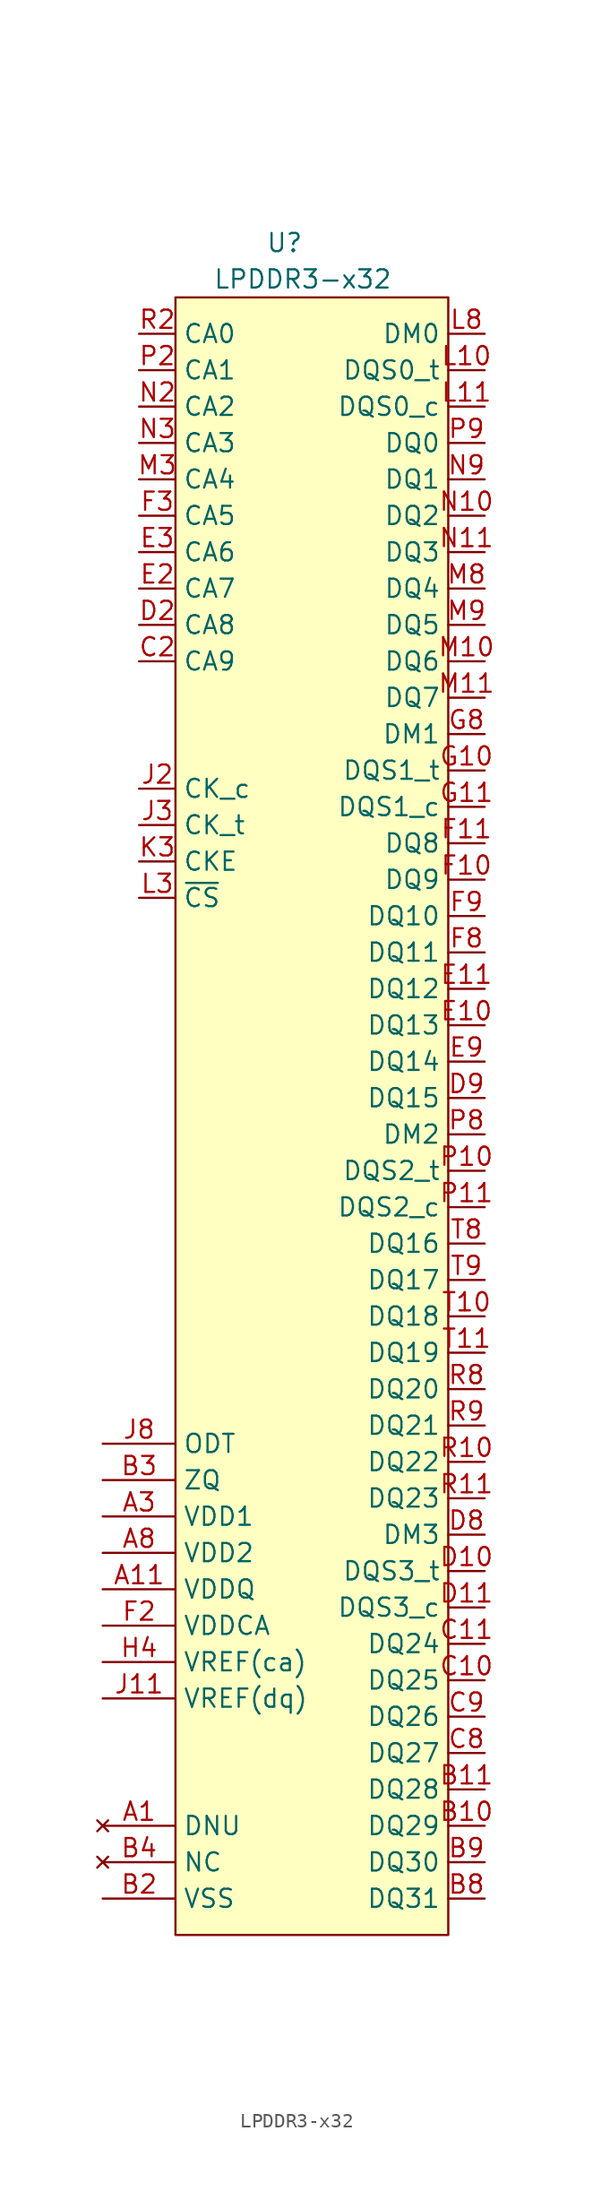
<source format=kicad_sym>
(kicad_symbol_lib
  (version 20201005)
  (generator kicad_symbol_editor)
  (symbol "winbond:LPDDR3-x32"
    (property "Reference" "U"
      (at -2.54 3.81 0)
      (effects (font (size 1.27 1.27))))
    (property "Value" "LPDDR3-x32"
      (at -1.27 1.27 0)
      (effects (font (size 1.27 1.27))))
    (symbol "LPDDR3-x32_0_0"
      (pin passive line (at 11.43 -106.68 180) (length 2.54) (name "DQ29" (effects (font (size 1.27 1.27)))) (number "B10" (effects (font (size 1.27 1.27)))))
      (pin passive line (at 11.43 -104.14 180) (length 2.54) (name "DQ28" (effects (font (size 1.27 1.27)))) (number "B11" (effects (font (size 1.27 1.27)))))
      (pin passive line (at -15.24 -82.55 0) (length 5.08) (name "ZQ" (effects (font (size 1.27 1.27)))) (number "B3" (effects (font (size 1.27 1.27)))))
      (pin passive line (at 11.43 -111.76 180) (length 2.54) (name "DQ31" (effects (font (size 1.27 1.27)))) (number "B8" (effects (font (size 1.27 1.27)))))
      (pin passive line (at 11.43 -109.22 180) (length 2.54) (name "DQ30" (effects (font (size 1.27 1.27)))) (number "B9" (effects (font (size 1.27 1.27)))))
      (pin passive line (at 11.43 -96.52 180) (length 2.54) (name "DQ25" (effects (font (size 1.27 1.27)))) (number "C10" (effects (font (size 1.27 1.27)))))
      (pin passive line (at 11.43 -93.98 180) (length 2.54) (name "DQ24" (effects (font (size 1.27 1.27)))) (number "C11" (effects (font (size 1.27 1.27)))))
      (pin passive line (at -12.7 -25.4 0) (length 2.54) (name "CA9" (effects (font (size 1.27 1.27)))) (number "C2" (effects (font (size 1.27 1.27)))))
      (pin passive line (at 11.43 -101.6 180) (length 2.54) (name "DQ27" (effects (font (size 1.27 1.27)))) (number "C8" (effects (font (size 1.27 1.27)))))
      (pin passive line (at 11.43 -99.06 180) (length 2.54) (name "DQ26" (effects (font (size 1.27 1.27)))) (number "C9" (effects (font (size 1.27 1.27)))))
      (pin passive line (at 11.43 -88.9 180) (length 2.54) (name "DQS3_t" (effects (font (size 1.27 1.27)))) (number "D10" (effects (font (size 1.27 1.27)))))
      (pin passive line (at 11.43 -91.44 180) (length 2.54) (name "DQS3_c" (effects (font (size 1.27 1.27)))) (number "D11" (effects (font (size 1.27 1.27)))))
      (pin passive line (at -12.7 -22.86 0) (length 2.54) (name "CA8" (effects (font (size 1.27 1.27)))) (number "D2" (effects (font (size 1.27 1.27)))))
      (pin passive line (at 11.43 -86.36 180) (length 2.54) (name "DM3" (effects (font (size 1.27 1.27)))) (number "D8" (effects (font (size 1.27 1.27)))))
      (pin passive line (at 11.43 -55.88 180) (length 2.54) (name "DQ15" (effects (font (size 1.27 1.27)))) (number "D9" (effects (font (size 1.27 1.27)))))
      (pin passive line (at 11.43 -50.8 180) (length 2.54) (name "DQ13" (effects (font (size 1.27 1.27)))) (number "E10" (effects (font (size 1.27 1.27)))))
      (pin passive line (at 11.43 -48.26 180) (length 2.54) (name "DQ12" (effects (font (size 1.27 1.27)))) (number "E11" (effects (font (size 1.27 1.27)))))
      (pin passive line (at -12.7 -20.32 0) (length 2.54) (name "CA7" (effects (font (size 1.27 1.27)))) (number "E2" (effects (font (size 1.27 1.27)))))
      (pin passive line (at -12.7 -17.78 0) (length 2.54) (name "CA6" (effects (font (size 1.27 1.27)))) (number "E3" (effects (font (size 1.27 1.27)))))
      (pin passive line (at 11.43 -53.34 180) (length 2.54) (name "DQ14" (effects (font (size 1.27 1.27)))) (number "E9" (effects (font (size 1.27 1.27)))))
      (pin passive line (at 11.43 -40.64 180) (length 2.54) (name "DQ9" (effects (font (size 1.27 1.27)))) (number "F10" (effects (font (size 1.27 1.27)))))
      (pin passive line (at 11.43 -38.1 180) (length 2.54) (name "DQ8" (effects (font (size 1.27 1.27)))) (number "F11" (effects (font (size 1.27 1.27)))))
      (pin passive line (at -12.7 -15.24 0) (length 2.54) (name "CA5" (effects (font (size 1.27 1.27)))) (number "F3" (effects (font (size 1.27 1.27)))))
      (pin passive line (at 11.43 -45.72 180) (length 2.54) (name "DQ11" (effects (font (size 1.27 1.27)))) (number "F8" (effects (font (size 1.27 1.27)))))
      (pin passive line (at 11.43 -43.18 180) (length 2.54) (name "DQ10" (effects (font (size 1.27 1.27)))) (number "F9" (effects (font (size 1.27 1.27)))))
      (pin passive line (at 11.43 -33.02 180) (length 2.54) (name "DQS1_t" (effects (font (size 1.27 1.27)))) (number "G10" (effects (font (size 1.27 1.27)))))
      (pin passive line (at 11.43 -35.56 180) (length 2.54) (name "DQS1_c" (effects (font (size 1.27 1.27)))) (number "G11" (effects (font (size 1.27 1.27)))))
      (pin passive line (at 11.43 -30.48 180) (length 2.54) (name "DM1" (effects (font (size 1.27 1.27)))) (number "G8" (effects (font (size 1.27 1.27)))))
      (pin passive line (at -12.7 -34.29 0) (length 2.54) (name "CK_c" (effects (font (size 1.27 1.27)))) (number "J2" (effects (font (size 1.27 1.27)))))
      (pin passive line (at -12.7 -36.83 0) (length 2.54) (name "CK_t" (effects (font (size 1.27 1.27)))) (number "J3" (effects (font (size 1.27 1.27)))))
      (pin passive line (at -15.24 -80.01 0) (length 5.08) (name "ODT" (effects (font (size 1.27 1.27)))) (number "J8" (effects (font (size 1.27 1.27)))))
      (pin passive line (at -12.7 -39.37 0) (length 2.54) (name "CKE" (effects (font (size 1.27 1.27)))) (number "K3" (effects (font (size 1.27 1.27)))))
      (pin passive line (at 11.43 -5.08 180) (length 2.54) (name "DQS0_t" (effects (font (size 1.27 1.27)))) (number "L10" (effects (font (size 1.27 1.27)))))
      (pin passive line (at 11.43 -7.62 180) (length 2.54) (name "DQS0_c" (effects (font (size 1.27 1.27)))) (number "L11" (effects (font (size 1.27 1.27)))))
      (pin passive line (at -12.7 -41.91 0) (length 2.54) (name "~CS" (effects (font (size 1.27 1.27)))) (number "L3" (effects (font (size 1.27 1.27)))))
      (pin passive line (at 11.43 -2.54 180) (length 2.54) (name "DM0" (effects (font (size 1.27 1.27)))) (number "L8" (effects (font (size 1.27 1.27)))))
      (pin passive line (at 11.43 -25.4 180) (length 2.54) (name "DQ6" (effects (font (size 1.27 1.27)))) (number "M10" (effects (font (size 1.27 1.27)))))
      (pin passive line (at 11.43 -27.94 180) (length 2.54) (name "DQ7" (effects (font (size 1.27 1.27)))) (number "M11" (effects (font (size 1.27 1.27)))))
      (pin passive line (at -12.7 -12.7 0) (length 2.54) (name "CA4" (effects (font (size 1.27 1.27)))) (number "M3" (effects (font (size 1.27 1.27)))))
      (pin passive line (at 11.43 -20.32 180) (length 2.54) (name "DQ4" (effects (font (size 1.27 1.27)))) (number "M8" (effects (font (size 1.27 1.27)))))
      (pin passive line (at 11.43 -22.86 180) (length 2.54) (name "DQ5" (effects (font (size 1.27 1.27)))) (number "M9" (effects (font (size 1.27 1.27)))))
      (pin passive line (at 11.43 -15.24 180) (length 2.54) (name "DQ2" (effects (font (size 1.27 1.27)))) (number "N10" (effects (font (size 1.27 1.27)))))
      (pin passive line (at 11.43 -17.78 180) (length 2.54) (name "DQ3" (effects (font (size 1.27 1.27)))) (number "N11" (effects (font (size 1.27 1.27)))))
      (pin passive line (at -12.7 -7.62 0) (length 2.54) (name "CA2" (effects (font (size 1.27 1.27)))) (number "N2" (effects (font (size 1.27 1.27)))))
      (pin passive line (at -12.7 -10.16 0) (length 2.54) (name "CA3" (effects (font (size 1.27 1.27)))) (number "N3" (effects (font (size 1.27 1.27)))))
      (pin passive line (at 11.43 -12.7 180) (length 2.54) (name "DQ1" (effects (font (size 1.27 1.27)))) (number "N9" (effects (font (size 1.27 1.27)))))
      (pin passive line (at 11.43 -60.96 180) (length 2.54) (name "DQS2_t" (effects (font (size 1.27 1.27)))) (number "P10" (effects (font (size 1.27 1.27)))))
      (pin passive line (at 11.43 -63.5 180) (length 2.54) (name "DQS2_c" (effects (font (size 1.27 1.27)))) (number "P11" (effects (font (size 1.27 1.27)))))
      (pin passive line (at -12.7 -5.08 0) (length 2.54) (name "CA1" (effects (font (size 1.27 1.27)))) (number "P2" (effects (font (size 1.27 1.27)))))
      (pin passive line (at 11.43 -58.42 180) (length 2.54) (name "DM2" (effects (font (size 1.27 1.27)))) (number "P8" (effects (font (size 1.27 1.27)))))
      (pin passive line (at 11.43 -10.16 180) (length 2.54) (name "DQ0" (effects (font (size 1.27 1.27)))) (number "P9" (effects (font (size 1.27 1.27)))))
      (pin passive line (at 11.43 -81.28 180) (length 2.54) (name "DQ22" (effects (font (size 1.27 1.27)))) (number "R10" (effects (font (size 1.27 1.27)))))
      (pin passive line (at 11.43 -83.82 180) (length 2.54) (name "DQ23" (effects (font (size 1.27 1.27)))) (number "R11" (effects (font (size 1.27 1.27)))))
      (pin passive line (at -12.7 -2.54 0) (length 2.54) (name "CA0" (effects (font (size 1.27 1.27)))) (number "R2" (effects (font (size 1.27 1.27)))))
      (pin passive line (at 11.43 -76.2 180) (length 2.54) (name "DQ20" (effects (font (size 1.27 1.27)))) (number "R8" (effects (font (size 1.27 1.27)))))
      (pin passive line (at 11.43 -78.74 180) (length 2.54) (name "DQ21" (effects (font (size 1.27 1.27)))) (number "R9" (effects (font (size 1.27 1.27)))))
      (pin passive line (at 11.43 -71.12 180) (length 2.54) (name "DQ18" (effects (font (size 1.27 1.27)))) (number "T10" (effects (font (size 1.27 1.27)))))
      (pin passive line (at 11.43 -73.66 180) (length 2.54) (name "DQ19" (effects (font (size 1.27 1.27)))) (number "T11" (effects (font (size 1.27 1.27)))))
      (pin passive line (at 11.43 -66.04 180) (length 2.54) (name "DQ16" (effects (font (size 1.27 1.27)))) (number "T8" (effects (font (size 1.27 1.27)))))
      (pin passive line (at 11.43 -68.58 180) (length 2.54) (name "DQ17" (effects (font (size 1.27 1.27)))) (number "T9" (effects (font (size 1.27 1.27))))))
    (symbol "LPDDR3-x32_0_1"
      (rectangle (start -10.16 0) (end 8.89 -114.3) (stroke (width 0.152)) (fill (type background))))
    (symbol "LPDDR3-x32_1_1"
      (pin no_connect line (at -15.24 -106.68 0) (length 5.08) (name "DNU" (effects (font (size 1.27 1.27)))) (number "A1" (effects (font (size 1.27 1.27)))))
      (pin power_in line (at -15.24 -85.09 0) (length 5.08) hide (name "VDD1" (effects (font (size 1.27 1.27)))) (number "A10" (effects (font (size 1.27 1.27)))))
      (pin power_in line (at -15.24 -90.17 0) (length 5.08) (name "VDDQ" (effects (font (size 1.27 1.27)))) (number "A11" (effects (font (size 1.27 1.27)))))
      (pin no_connect line (at -15.24 -106.68 0) (length 5.08) hide (name "DNU" (effects (font (size 1.27 1.27)))) (number "A12" (effects (font (size 1.27 1.27)))))
      (pin no_connect line (at -15.24 -106.68 0) (length 5.08) hide (name "DNU" (effects (font (size 1.27 1.27)))) (number "A13" (effects (font (size 1.27 1.27)))))
      (pin no_connect line (at -15.24 -106.68 0) (length 5.08) hide (name "DNU" (effects (font (size 1.27 1.27)))) (number "A2" (effects (font (size 1.27 1.27)))))
      (pin power_in line (at -15.24 -85.09 0) (length 5.08) (name "VDD1" (effects (font (size 1.27 1.27)))) (number "A3" (effects (font (size 1.27 1.27)))))
      (pin power_in line (at -15.24 -85.09 0) (length 5.08) hide (name "VDD1" (effects (font (size 1.27 1.27)))) (number "A4" (effects (font (size 1.27 1.27)))))
      (pin power_in line (at -15.24 -85.09 0) (length 5.08) hide (name "VDD1" (effects (font (size 1.27 1.27)))) (number "A5" (effects (font (size 1.27 1.27)))))
      (pin power_in line (at -15.24 -85.09 0) (length 5.08) hide (name "VDD1" (effects (font (size 1.27 1.27)))) (number "A6" (effects (font (size 1.27 1.27)))))
      (pin power_in line (at -15.24 -87.63 0) (length 5.08) (name "VDD2" (effects (font (size 1.27 1.27)))) (number "A8" (effects (font (size 1.27 1.27)))))
      (pin power_in line (at -15.24 -87.63 0) (length 5.08) hide (name "VDD2" (effects (font (size 1.27 1.27)))) (number "A9" (effects (font (size 1.27 1.27)))))
      (pin no_connect line (at -15.24 -106.68 0) (length 5.08) hide (name "DNU" (effects (font (size 1.27 1.27)))) (number "B1" (effects (font (size 1.27 1.27)))))
      (pin power_in line (at -15.24 -111.76 0) (length 5.08) hide (name "VSS" (effects (font (size 1.27 1.27)))) (number "B12" (effects (font (size 1.27 1.27)))))
      (pin no_connect line (at -15.24 -106.68 0) (length 5.08) hide (name "DNU" (effects (font (size 1.27 1.27)))) (number "B13" (effects (font (size 1.27 1.27)))))
      (pin power_in line (at -15.24 -111.76 0) (length 5.08) (name "VSS" (effects (font (size 1.27 1.27)))) (number "B2" (effects (font (size 1.27 1.27)))))
      (pin no_connect line (at -15.24 -109.22 0) (length 5.08) (name "NC" (effects (font (size 1.27 1.27)))) (number "B4" (effects (font (size 1.27 1.27)))))
      (pin power_in line (at -15.24 -111.76 0) (length 5.08) hide (name "VSS" (effects (font (size 1.27 1.27)))) (number "B5" (effects (font (size 1.27 1.27)))))
      (pin power_in line (at -15.24 -111.76 0) (length 5.08) hide (name "VSS" (effects (font (size 1.27 1.27)))) (number "B6" (effects (font (size 1.27 1.27)))))
      (pin power_in line (at -15.24 -90.17 0) (length 5.08) hide (name "VDDQ" (effects (font (size 1.27 1.27)))) (number "C12" (effects (font (size 1.27 1.27)))))
      (pin power_in line (at -15.24 -111.76 0) (length 5.08) hide (name "VSS" (effects (font (size 1.27 1.27)))) (number "C3" (effects (font (size 1.27 1.27)))))
      (pin no_connect line (at -15.24 -109.22 0) (length 5.08) hide (name "NC" (effects (font (size 1.27 1.27)))) (number "C4" (effects (font (size 1.27 1.27)))))
      (pin power_in line (at -15.24 -111.76 0) (length 5.08) hide (name "VSS" (effects (font (size 1.27 1.27)))) (number "C5" (effects (font (size 1.27 1.27)))))
      (pin power_in line (at -15.24 -111.76 0) (length 5.08) hide (name "VSS" (effects (font (size 1.27 1.27)))) (number "C6" (effects (font (size 1.27 1.27)))))
      (pin power_in line (at -15.24 -111.76 0) (length 5.08) hide (name "VSS" (effects (font (size 1.27 1.27)))) (number "D12" (effects (font (size 1.27 1.27)))))
      (pin power_in line (at -15.24 -111.76 0) (length 5.08) hide (name "VSS" (effects (font (size 1.27 1.27)))) (number "D3" (effects (font (size 1.27 1.27)))))
      (pin power_in line (at -15.24 -87.63 0) (length 5.08) hide (name "VDD2" (effects (font (size 1.27 1.27)))) (number "D4" (effects (font (size 1.27 1.27)))))
      (pin power_in line (at -15.24 -87.63 0) (length 5.08) hide (name "VDD2" (effects (font (size 1.27 1.27)))) (number "D5" (effects (font (size 1.27 1.27)))))
      (pin power_in line (at -15.24 -87.63 0) (length 5.08) hide (name "VDD2" (effects (font (size 1.27 1.27)))) (number "D6" (effects (font (size 1.27 1.27)))))
      (pin power_in line (at -15.24 -90.17 0) (length 5.08) hide (name "VDDQ" (effects (font (size 1.27 1.27)))) (number "E12" (effects (font (size 1.27 1.27)))))
      (pin power_in line (at -15.24 -111.76 0) (length 5.08) hide (name "VSS" (effects (font (size 1.27 1.27)))) (number "E4" (effects (font (size 1.27 1.27)))))
      (pin power_in line (at -15.24 -111.76 0) (length 5.08) hide (name "VSS" (effects (font (size 1.27 1.27)))) (number "E5" (effects (font (size 1.27 1.27)))))
      (pin power_in line (at -15.24 -111.76 0) (length 5.08) hide (name "VSS" (effects (font (size 1.27 1.27)))) (number "E6" (effects (font (size 1.27 1.27)))))
      (pin power_in line (at -15.24 -90.17 0) (length 5.08) hide (name "VDDQ" (effects (font (size 1.27 1.27)))) (number "E8" (effects (font (size 1.27 1.27)))))
      (pin power_in line (at -15.24 -111.76 0) (length 5.08) hide (name "VSS" (effects (font (size 1.27 1.27)))) (number "F12" (effects (font (size 1.27 1.27)))))
      (pin power_in line (at -15.24 -92.71 0) (length 5.08) (name "VDDCA" (effects (font (size 1.27 1.27)))) (number "F2" (effects (font (size 1.27 1.27)))))
      (pin power_in line (at -15.24 -111.76 0) (length 5.08) hide (name "VSS" (effects (font (size 1.27 1.27)))) (number "F4" (effects (font (size 1.27 1.27)))))
      (pin power_in line (at -15.24 -111.76 0) (length 5.08) hide (name "VSS" (effects (font (size 1.27 1.27)))) (number "F5" (effects (font (size 1.27 1.27)))))
      (pin power_in line (at -15.24 -111.76 0) (length 5.08) hide (name "VSS" (effects (font (size 1.27 1.27)))) (number "F6" (effects (font (size 1.27 1.27)))))
      (pin power_in line (at -15.24 -90.17 0) (length 5.08) hide (name "VDDQ" (effects (font (size 1.27 1.27)))) (number "G12" (effects (font (size 1.27 1.27)))))
      (pin power_in line (at -15.24 -92.71 0) (length 5.08) hide (name "VDDCA" (effects (font (size 1.27 1.27)))) (number "G2" (effects (font (size 1.27 1.27)))))
      (pin power_in line (at -15.24 -111.76 0) (length 5.08) hide (name "VSS" (effects (font (size 1.27 1.27)))) (number "G3" (effects (font (size 1.27 1.27)))))
      (pin power_in line (at -15.24 -111.76 0) (length 5.08) hide (name "VSS" (effects (font (size 1.27 1.27)))) (number "G4" (effects (font (size 1.27 1.27)))))
      (pin power_in line (at -15.24 -87.63 0) (length 5.08) hide (name "VDD2" (effects (font (size 1.27 1.27)))) (number "G5" (effects (font (size 1.27 1.27)))))
      (pin power_in line (at -15.24 -111.76 0) (length 5.08) hide (name "VSS" (effects (font (size 1.27 1.27)))) (number "G6" (effects (font (size 1.27 1.27)))))
      (pin power_in line (at -15.24 -111.76 0) (length 5.08) hide (name "VSS" (effects (font (size 1.27 1.27)))) (number "G9" (effects (font (size 1.27 1.27)))))
      (pin power_in line (at -15.24 -111.76 0) (length 5.08) hide (name "VSS" (effects (font (size 1.27 1.27)))) (number "H10" (effects (font (size 1.27 1.27)))))
      (pin power_in line (at -15.24 -90.17 0) (length 5.08) hide (name "VDDQ" (effects (font (size 1.27 1.27)))) (number "H11" (effects (font (size 1.27 1.27)))))
      (pin power_in line (at -15.24 -87.63 0) (length 5.08) hide (name "VDD2" (effects (font (size 1.27 1.27)))) (number "H12" (effects (font (size 1.27 1.27)))))
      (pin power_in line (at -15.24 -111.76 0) (length 5.08) hide (name "VSS" (effects (font (size 1.27 1.27)))) (number "H2" (effects (font (size 1.27 1.27)))))
      (pin power_in line (at -15.24 -92.71 0) (length 5.08) hide (name "VDDCA" (effects (font (size 1.27 1.27)))) (number "H3" (effects (font (size 1.27 1.27)))))
      (pin power_in line (at -15.24 -95.25 0) (length 5.08) (name "VREF(ca)" (effects (font (size 1.27 1.27)))) (number "H4" (effects (font (size 1.27 1.27)))))
      (pin power_in line (at -15.24 -87.63 0) (length 5.08) hide (name "VDD2" (effects (font (size 1.27 1.27)))) (number "H5" (effects (font (size 1.27 1.27)))))
      (pin power_in line (at -15.24 -87.63 0) (length 5.08) hide (name "VDD2" (effects (font (size 1.27 1.27)))) (number "H6" (effects (font (size 1.27 1.27)))))
      (pin power_in line (at -15.24 -90.17 0) (length 5.08) hide (name "VDDQ" (effects (font (size 1.27 1.27)))) (number "H8" (effects (font (size 1.27 1.27)))))
      (pin power_in line (at -15.24 -90.17 0) (length 5.08) hide (name "VDDQ" (effects (font (size 1.27 1.27)))) (number "H9" (effects (font (size 1.27 1.27)))))
      (pin power_in line (at -15.24 -90.17 0) (length 5.08) hide (name "VDDQ" (effects (font (size 1.27 1.27)))) (number "J10" (effects (font (size 1.27 1.27)))))
      (pin power_in line (at -15.24 -97.79 0) (length 5.08) (name "VREF(dq)" (effects (font (size 1.27 1.27)))) (number "J11" (effects (font (size 1.27 1.27)))))
      (pin power_in line (at -15.24 -111.76 0) (length 5.08) hide (name "VSS" (effects (font (size 1.27 1.27)))) (number "J12" (effects (font (size 1.27 1.27)))))
      (pin power_in line (at -15.24 -111.76 0) (length 5.08) hide (name "VSS" (effects (font (size 1.27 1.27)))) (number "J3" (effects (font (size 1.27 1.27)))))
      (pin power_in line (at -15.24 -87.63 0) (length 5.08) hide (name "VDD2" (effects (font (size 1.27 1.27)))) (number "J5" (effects (font (size 1.27 1.27)))))
      (pin power_in line (at -15.24 -87.63 0) (length 5.08) hide (name "VDD2" (effects (font (size 1.27 1.27)))) (number "J6" (effects (font (size 1.27 1.27)))))
      (pin power_in line (at -15.24 -90.17 0) (length 5.08) hide (name "VDDQ" (effects (font (size 1.27 1.27)))) (number "J9" (effects (font (size 1.27 1.27)))))
      (pin power_in line (at -15.24 -111.76 0) (length 5.08) hide (name "VSS" (effects (font (size 1.27 1.27)))) (number "K10" (effects (font (size 1.27 1.27)))))
      (pin power_in line (at -15.24 -90.17 0) (length 5.08) hide (name "VDDQ" (effects (font (size 1.27 1.27)))) (number "K11" (effects (font (size 1.27 1.27)))))
      (pin power_in line (at -15.24 -87.63 0) (length 5.08) hide (name "VDD2" (effects (font (size 1.27 1.27)))) (number "K12" (effects (font (size 1.27 1.27)))))
      (pin power_in line (at -15.24 -111.76 0) (length 5.08) hide (name "VSS" (effects (font (size 1.27 1.27)))) (number "K2" (effects (font (size 1.27 1.27)))))
      (pin no_connect line (at -15.24 -109.22 0) (length 5.08) hide (name "NC" (effects (font (size 1.27 1.27)))) (number "K4" (effects (font (size 1.27 1.27)))))
      (pin power_in line (at -15.24 -87.63 0) (length 5.08) hide (name "VDD2" (effects (font (size 1.27 1.27)))) (number "K5" (effects (font (size 1.27 1.27)))))
      (pin power_in line (at -15.24 -87.63 0) (length 5.08) hide (name "VDD2" (effects (font (size 1.27 1.27)))) (number "K6" (effects (font (size 1.27 1.27)))))
      (pin power_in line (at -15.24 -90.17 0) (length 5.08) hide (name "VDDQ" (effects (font (size 1.27 1.27)))) (number "K8" (effects (font (size 1.27 1.27)))))
      (pin no_connect line (at -15.24 -109.22 0) (length 5.08) hide (name "NC" (effects (font (size 1.27 1.27)))) (number "K9" (effects (font (size 1.27 1.27)))))
      (pin power_in line (at -15.24 -90.17 0) (length 5.08) hide (name "VDDQ" (effects (font (size 1.27 1.27)))) (number "L12" (effects (font (size 1.27 1.27)))))
      (pin power_in line (at -15.24 -92.71 0) (length 5.08) hide (name "VDDCA" (effects (font (size 1.27 1.27)))) (number "L2" (effects (font (size 1.27 1.27)))))
      (pin no_connect line (at -15.24 -109.22 0) (length 5.08) hide (name "NC" (effects (font (size 1.27 1.27)))) (number "L4" (effects (font (size 1.27 1.27)))))
      (pin power_in line (at -15.24 -87.63 0) (length 5.08) hide (name "VDD2" (effects (font (size 1.27 1.27)))) (number "L5" (effects (font (size 1.27 1.27)))))
      (pin power_in line (at -15.24 -111.76 0) (length 5.08) hide (name "VSS" (effects (font (size 1.27 1.27)))) (number "L6" (effects (font (size 1.27 1.27)))))
      (pin power_in line (at -15.24 -111.76 0) (length 5.08) hide (name "VSS" (effects (font (size 1.27 1.27)))) (number "L9" (effects (font (size 1.27 1.27)))))
      (pin power_in line (at -15.24 -111.76 0) (length 5.08) hide (name "VSS" (effects (font (size 1.27 1.27)))) (number "M12" (effects (font (size 1.27 1.27)))))
      (pin power_in line (at -15.24 -92.71 0) (length 5.08) hide (name "VDDCA" (effects (font (size 1.27 1.27)))) (number "M2" (effects (font (size 1.27 1.27)))))
      (pin power_in line (at -15.24 -111.76 0) (length 5.08) hide (name "VSS" (effects (font (size 1.27 1.27)))) (number "M4" (effects (font (size 1.27 1.27)))))
      (pin power_in line (at -15.24 -111.76 0) (length 5.08) hide (name "VSS" (effects (font (size 1.27 1.27)))) (number "M5" (effects (font (size 1.27 1.27)))))
      (pin power_in line (at -15.24 -111.76 0) (length 5.08) hide (name "VSS" (effects (font (size 1.27 1.27)))) (number "M6" (effects (font (size 1.27 1.27)))))
      (pin power_in line (at -15.24 -90.17 0) (length 5.08) hide (name "VDDQ" (effects (font (size 1.27 1.27)))) (number "N12" (effects (font (size 1.27 1.27)))))
      (pin power_in line (at -15.24 -111.76 0) (length 5.08) hide (name "VSS" (effects (font (size 1.27 1.27)))) (number "N4" (effects (font (size 1.27 1.27)))))
      (pin power_in line (at -15.24 -111.76 0) (length 5.08) hide (name "VSS" (effects (font (size 1.27 1.27)))) (number "N5" (effects (font (size 1.27 1.27)))))
      (pin power_in line (at -15.24 -111.76 0) (length 5.08) hide (name "VSS" (effects (font (size 1.27 1.27)))) (number "N6" (effects (font (size 1.27 1.27)))))
      (pin power_in line (at -15.24 -90.17 0) (length 5.08) hide (name "VDDQ" (effects (font (size 1.27 1.27)))) (number "N8" (effects (font (size 1.27 1.27)))))
      (pin power_in line (at -15.24 -111.76 0) (length 5.08) hide (name "VSS" (effects (font (size 1.27 1.27)))) (number "P12" (effects (font (size 1.27 1.27)))))
      (pin power_in line (at -15.24 -111.76 0) (length 5.08) hide (name "VSS" (effects (font (size 1.27 1.27)))) (number "P3" (effects (font (size 1.27 1.27)))))
      (pin power_in line (at -15.24 -87.63 0) (length 5.08) hide (name "VDD2" (effects (font (size 1.27 1.27)))) (number "P4" (effects (font (size 1.27 1.27)))))
      (pin power_in line (at -15.24 -87.63 0) (length 5.08) hide (name "VDD2" (effects (font (size 1.27 1.27)))) (number "P5" (effects (font (size 1.27 1.27)))))
      (pin power_in line (at -15.24 -87.63 0) (length 5.08) hide (name "VDD2" (effects (font (size 1.27 1.27)))) (number "P6" (effects (font (size 1.27 1.27)))))
      (pin power_in line (at -15.24 -90.17 0) (length 5.08) hide (name "VDDQ" (effects (font (size 1.27 1.27)))) (number "R12" (effects (font (size 1.27 1.27)))))
      (pin no_connect line (at -15.24 -109.22 0) (length 5.08) hide (name "NC" (effects (font (size 1.27 1.27)))) (number "R3" (effects (font (size 1.27 1.27)))))
      (pin power_in line (at -15.24 -111.76 0) (length 5.08) hide (name "VSS" (effects (font (size 1.27 1.27)))) (number "R4" (effects (font (size 1.27 1.27)))))
      (pin power_in line (at -15.24 -111.76 0) (length 5.08) hide (name "VSS" (effects (font (size 1.27 1.27)))) (number "R5" (effects (font (size 1.27 1.27)))))
      (pin power_in line (at -15.24 -111.76 0) (length 5.08) hide (name "VSS" (effects (font (size 1.27 1.27)))) (number "R6" (effects (font (size 1.27 1.27)))))
      (pin no_connect line (at -15.24 -106.68 0) (length 5.08) hide (name "DNU" (effects (font (size 1.27 1.27)))) (number "T1" (effects (font (size 1.27 1.27)))))
      (pin power_in line (at -15.24 -111.76 0) (length 5.08) hide (name "VSS" (effects (font (size 1.27 1.27)))) (number "T12" (effects (font (size 1.27 1.27)))))
      (pin no_connect line (at -15.24 -106.68 0) (length 5.08) hide (name "DNU" (effects (font (size 1.27 1.27)))) (number "T13" (effects (font (size 1.27 1.27)))))
      (pin power_in line (at -15.24 -111.76 0) (length 5.08) hide (name "VSS" (effects (font (size 1.27 1.27)))) (number "T2" (effects (font (size 1.27 1.27)))))
      (pin power_in line (at -15.24 -111.76 0) (length 5.08) hide (name "VSS" (effects (font (size 1.27 1.27)))) (number "T3" (effects (font (size 1.27 1.27)))))
      (pin power_in line (at -15.24 -111.76 0) (length 5.08) hide (name "VSS" (effects (font (size 1.27 1.27)))) (number "T4" (effects (font (size 1.27 1.27)))))
      (pin power_in line (at -15.24 -111.76 0) (length 5.08) hide (name "VSS" (effects (font (size 1.27 1.27)))) (number "T5" (effects (font (size 1.27 1.27)))))
      (pin power_in line (at -15.24 -111.76 0) (length 5.08) hide (name "VSS" (effects (font (size 1.27 1.27)))) (number "T6" (effects (font (size 1.27 1.27)))))
      (pin no_connect line (at -15.24 -106.68 0) (length 5.08) hide (name "DNU" (effects (font (size 1.27 1.27)))) (number "U1" (effects (font (size 1.27 1.27)))))
      (pin power_in line (at -15.24 -85.09 0) (length 5.08) hide (name "VDD1" (effects (font (size 1.27 1.27)))) (number "U10" (effects (font (size 1.27 1.27)))))
      (pin power_in line (at -15.24 -90.17 0) (length 5.08) hide (name "VDDQ" (effects (font (size 1.27 1.27)))) (number "U11" (effects (font (size 1.27 1.27)))))
      (pin no_connect line (at -15.24 -106.68 0) (length 5.08) hide (name "DNU" (effects (font (size 1.27 1.27)))) (number "U12" (effects (font (size 1.27 1.27)))))
      (pin no_connect line (at -15.24 -106.68 0) (length 5.08) hide (name "DNU" (effects (font (size 1.27 1.27)))) (number "U13" (effects (font (size 1.27 1.27)))))
      (pin no_connect line (at -15.24 -106.68 0) (length 5.08) hide (name "DNU" (effects (font (size 1.27 1.27)))) (number "U2" (effects (font (size 1.27 1.27)))))
      (pin power_in line (at -15.24 -85.09 0) (length 5.08) hide (name "VDD1" (effects (font (size 1.27 1.27)))) (number "U3" (effects (font (size 1.27 1.27)))))
      (pin power_in line (at -15.24 -85.09 0) (length 5.08) hide (name "VDD1" (effects (font (size 1.27 1.27)))) (number "U4" (effects (font (size 1.27 1.27)))))
      (pin power_in line (at -15.24 -85.09 0) (length 5.08) hide (name "VDD1" (effects (font (size 1.27 1.27)))) (number "U5" (effects (font (size 1.27 1.27)))))
      (pin power_in line (at -15.24 -85.09 0) (length 5.08) hide (name "VDD1" (effects (font (size 1.27 1.27)))) (number "U6" (effects (font (size 1.27 1.27)))))
      (pin power_in line (at -15.24 -87.63 0) (length 5.08) hide (name "VDD2" (effects (font (size 1.27 1.27)))) (number "U8" (effects (font (size 1.27 1.27)))))
      (pin power_in line (at -15.24 -87.63 0) (length 5.08) hide (name "VDD2" (effects (font (size 1.27 1.27)))) (number "U9" (effects (font (size 1.27 1.27))))))))
</source>
